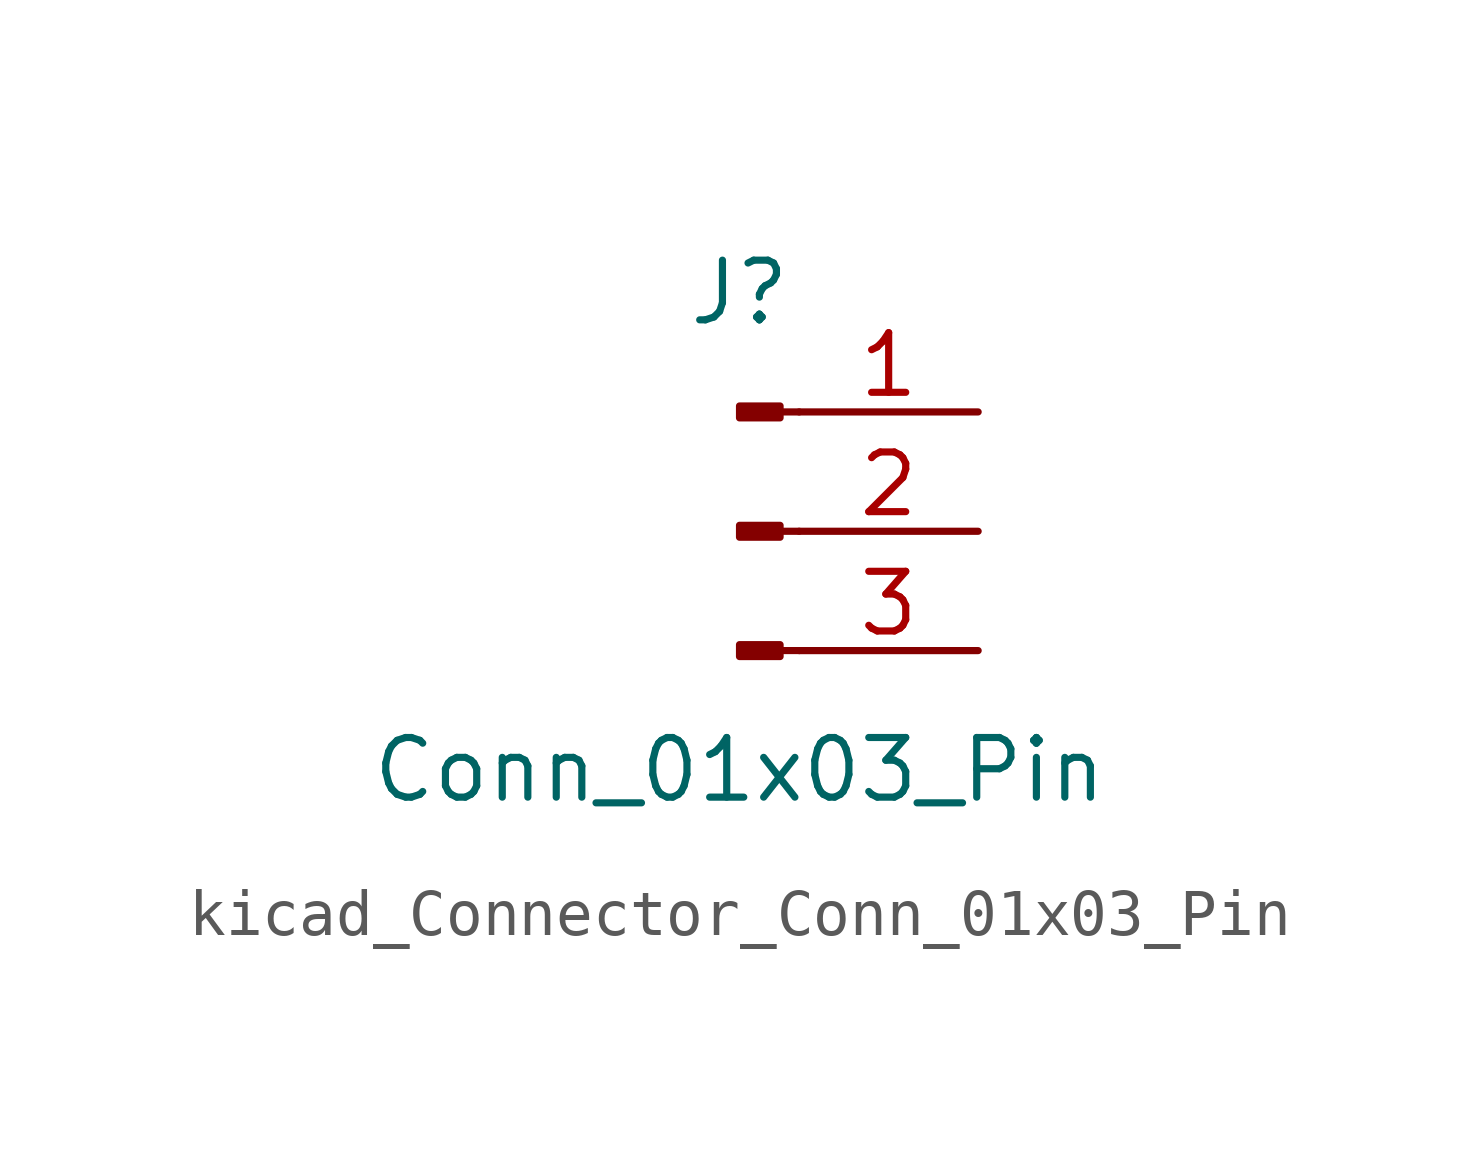
<source format=kicad_sym>
(kicad_symbol_lib
  (version 20220914)
  (generator kicad_symbol_editor)
  (symbol "kicad_Connector_Conn_01x03_Pin"
    (pin_names
      (offset 1.016) hide)
    (property "Reference" "J"
      (at 0 5.08 0)
      (effects (font (size 1.27 1.27))))
    (property "Value" "Conn_01x03_Pin"
      (at 0 -5.08 0)
      (effects (font (size 1.27 1.27))))
    (property "ki_locked" ""
      (at 0 0 0)
      (effects (font (size 1.27 1.27))))
    (symbol "kicad_Connector_Conn_01x03_Pin_1_1"
      (polyline (pts (xy 1.27 -2.54) (xy 0.864 -2.54)) (stroke (width 0.152) (type default)) (fill (type none)))
      (polyline (pts (xy 1.27 0) (xy 0.864 0)) (stroke (width 0.152) (type default)) (fill (type none)))
      (polyline (pts (xy 1.27 2.54) (xy 0.864 2.54)) (stroke (width 0.152) (type default)) (fill (type none)))
      (rectangle (start 0.864 -2.413) (end 0 -2.667) (stroke (width 0.152) (type default)) (fill (type outline)))
      (rectangle (start 0.864 0.127) (end 0 -0.127) (stroke (width 0.152) (type default)) (fill (type outline)))
      (rectangle (start 0.864 2.667) (end 0 2.413) (stroke (width 0.152) (type default)) (fill (type outline)))
      (pin passive line (at 5.08 2.54 180) (length 3.81) (name "Pin_1" (effects (font (size 1.27 1.27)))) (number "1" (effects (font (size 1.27 1.27)))))
      (pin passive line (at 5.08 0 180) (length 3.81) (name "Pin_2" (effects (font (size 1.27 1.27)))) (number "2" (effects (font (size 1.27 1.27)))))
      (pin passive line (at 5.08 -2.54 180) (length 3.81) (name "Pin_3" (effects (font (size 1.27 1.27)))) (number "3" (effects (font (size 1.27 1.27))))))))
</source>
